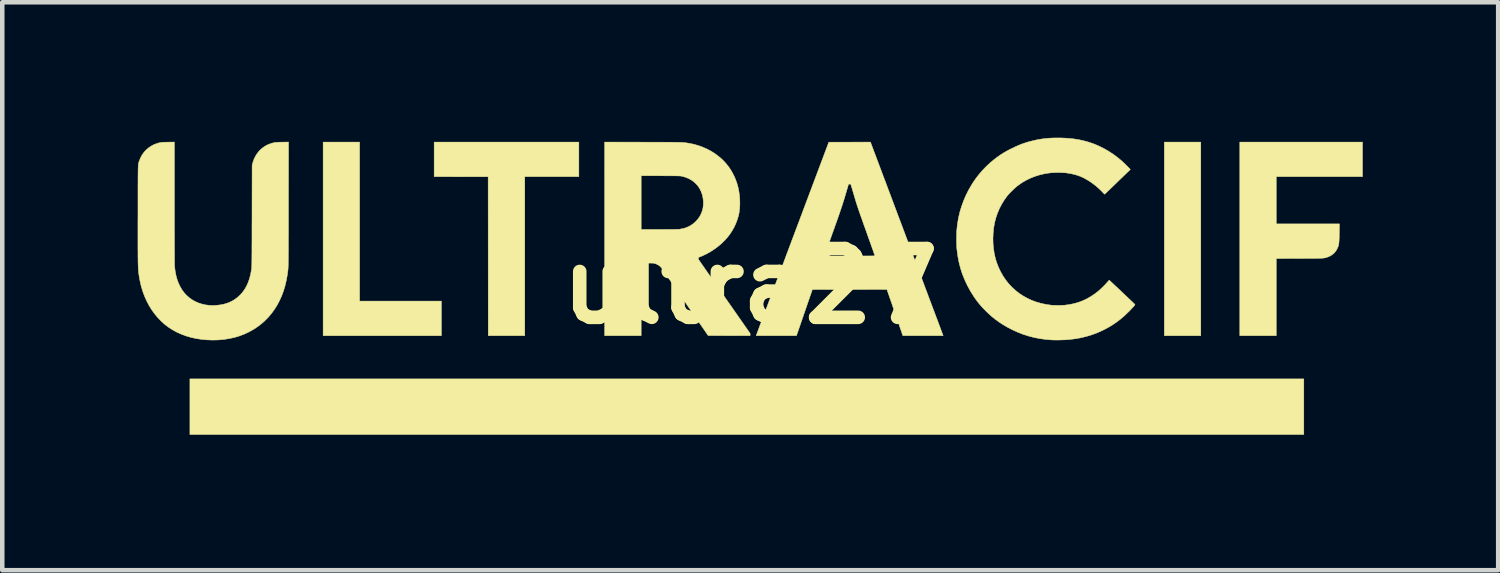
<source format=kicad_pcb>
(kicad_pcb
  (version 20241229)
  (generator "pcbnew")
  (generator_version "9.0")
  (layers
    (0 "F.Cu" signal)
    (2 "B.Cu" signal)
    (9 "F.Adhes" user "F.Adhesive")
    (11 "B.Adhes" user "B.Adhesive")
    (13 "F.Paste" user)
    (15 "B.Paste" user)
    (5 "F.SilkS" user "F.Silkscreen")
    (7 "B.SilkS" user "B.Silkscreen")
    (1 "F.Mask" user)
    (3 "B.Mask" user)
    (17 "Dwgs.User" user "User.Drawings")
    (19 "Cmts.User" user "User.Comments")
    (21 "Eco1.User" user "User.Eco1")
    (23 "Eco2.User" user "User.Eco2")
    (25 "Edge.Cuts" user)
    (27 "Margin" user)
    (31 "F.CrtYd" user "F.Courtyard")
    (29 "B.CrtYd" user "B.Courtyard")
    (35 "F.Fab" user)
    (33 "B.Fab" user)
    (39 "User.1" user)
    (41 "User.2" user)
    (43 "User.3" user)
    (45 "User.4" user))
  (footprint "ultra27"
    (layer "F.Cu")
    (at 13.564 3.289)
    (property "Reference" "ultra27" (at 0 0 0) (layer "F.SilkS") (effects (font (size 1.524 1.524) (thickness 0.3))))
    (attr through_hole)
    (fp_poly (pts (xy 9.982 1.096) (xy 9.174 1.096) (xy 9.174 -3.192) (xy 9.982 -3.192) (xy 9.982 1.096)) (stroke (width 0.01) (type solid)) (fill yes) (layer "F.SilkS"))
    (fp_poly (pts (xy -8.649 0.33) (xy -6.837 0.33) (xy -6.837 1.096) (xy -9.457 1.096) (xy -9.457 -3.192) (xy -8.649 -3.192) (xy -8.649 0.33)) (stroke (width 0.01) (type solid)) (fill yes) (layer "F.SilkS"))
    (fp_poly (pts (xy -3.793 -2.426) (xy -4.991 -2.426) (xy -4.991 1.096) (xy -5.8 1.096) (xy -5.801 -0.664) (xy -5.802 -2.424) (xy -6.4 -2.425) (xy -6.998 -2.426) (xy -6.998 -3.192) (xy -3.793 -3.192) (xy -3.793 -2.426)) (stroke (width 0.01) (type solid)) (fill yes) (layer "F.SilkS"))
    (fp_poly (pts (xy 2.406 2.053) (xy 5.382 2.053) (xy 5.66 2.053) (xy 7.217 2.053) (xy 7.457 2.053) (xy 8.554 2.053) (xy 8.751 2.053) (xy 9.179 2.053) (xy 12.264 2.053) (xy 12.264 3.285) (xy -12.408 3.285) (xy -12.408 2.053) (xy -9.323 2.053) (xy -8.763 2.053) (xy -8.561 2.053) (xy -7.679 2.053) (xy -7.441 2.053) (xy -5.895 2.053) (xy -5.619 2.053) (xy -2.655 2.053) (xy -2.343 2.053) (xy 2.094 2.053) (xy 2.406 2.053)) (stroke (width 0.01) (type solid)) (fill yes) (layer "F.SilkS"))
    (fp_poly (pts (xy 13.564 -2.426) (xy 11.654 -2.426) (xy 11.654 -1.38) (xy 13.053 -1.38) (xy 13.05 -1.18) (xy 13.049 -1.125) (xy 13.048 -1.077) (xy 13.046 -1.037) (xy 13.045 -1.002) (xy 13.042 -0.972) (xy 13.04 -0.946) (xy 13.036 -0.923) (xy 13.032 -0.903) (xy 13.026 -0.885) (xy 13.019 -0.867) (xy 13.012 -0.849) (xy 13.002 -0.83) (xy 12.998 -0.821) (xy 12.97 -0.774) (xy 12.936 -0.734) (xy 12.896 -0.7) (xy 12.85 -0.671) (xy 12.798 -0.648) (xy 12.789 -0.645) (xy 12.777 -0.641) (xy 12.766 -0.637) (xy 12.756 -0.634) (xy 12.747 -0.631) (xy 12.736 -0.628) (xy 12.725 -0.626) (xy 12.713 -0.624) (xy 12.699 -0.623) (xy 12.682 -0.621) (xy 12.663 -0.62) (xy 12.64 -0.619) (xy 12.614 -0.618) (xy 12.583 -0.617) (xy 12.548 -0.617) (xy 12.507 -0.616) (xy 12.461 -0.616) (xy 12.408 -0.616) (xy 12.348 -0.616) (xy 12.282 -0.615) (xy 12.207 -0.615) (xy 12.166 -0.615) (xy 11.654 -0.613) (xy 11.654 1.096) (xy 10.846 1.096) (xy 10.846 -3.192) (xy 13.564 -3.192) (xy 13.564 -2.426)) (stroke (width 0.01) (type solid)) (fill yes) (layer "F.SilkS"))
    (fp_poly (pts (xy -2.378 -3.191) (xy -2.277 -3.19) (xy -2.183 -3.19) (xy -2.098 -3.19) (xy -2.019 -3.19) (xy -1.948 -3.19) (xy -1.883 -3.189) (xy -1.824 -3.189) (xy -1.771 -3.189) (xy -1.724 -3.189) (xy -1.681 -3.188) (xy -1.643 -3.188) (xy -1.609 -3.187) (xy -1.579 -3.186) (xy -1.552 -3.186) (xy -1.529 -3.185) (xy -1.508 -3.184) (xy -1.489 -3.183) (xy -1.472 -3.182) (xy -1.457 -3.18) (xy -1.442 -3.179) (xy -1.429 -3.177) (xy -1.416 -3.175) (xy -1.402 -3.173) (xy -1.388 -3.171) (xy -1.374 -3.169) (xy -1.361 -3.167) (xy -1.256 -3.146) (xy -1.153 -3.117) (xy -1.054 -3.082) (xy -0.959 -3.04) (xy -0.867 -2.992) (xy -0.781 -2.938) (xy -0.699 -2.877) (xy -0.623 -2.812) (xy -0.553 -2.74) (xy -0.49 -2.664) (xy -0.486 -2.659) (xy -0.441 -2.595) (xy -0.398 -2.523) (xy -0.359 -2.448) (xy -0.324 -2.37) (xy -0.323 -2.366) (xy -0.292 -2.281) (xy -0.267 -2.191) (xy -0.248 -2.098) (xy -0.235 -2.004) (xy -0.228 -1.908) (xy -0.227 -1.814) (xy -0.232 -1.721) (xy -0.243 -1.632) (xy -0.256 -1.568) (xy -0.28 -1.485) (xy -0.311 -1.401) (xy -0.348 -1.318) (xy -0.392 -1.238) (xy -0.442 -1.161) (xy -0.49 -1.097) (xy -0.557 -1.021) (xy -0.63 -0.949) (xy -0.71 -0.881) (xy -0.794 -0.819) (xy -0.882 -0.762) (xy -0.974 -0.711) (xy -1.067 -0.668) (xy -1.091 -0.658) (xy -1.142 -0.638) (xy -1.147 -0.598) (xy -0.574 0.224) (xy 0 1.046) (xy 0 1.096) (xy -0.465 1.095) (xy -0.929 1.094) (xy -1.443 0.347) (xy -1.493 0.275) (xy -1.541 0.205) (xy -1.588 0.136) (xy -1.633 0.071) (xy -1.677 0.008) (xy -1.718 -0.052) (xy -1.757 -0.109) (xy -1.794 -0.161) (xy -1.827 -0.21) (xy -1.858 -0.255) (xy -1.885 -0.294) (xy -1.909 -0.329) (xy -1.93 -0.358) (xy -1.946 -0.382) (xy -1.959 -0.399) (xy -1.967 -0.411) (xy -1.97 -0.415) (xy -1.997 -0.442) (xy -2.029 -0.466) (xy -2.066 -0.486) (xy -2.103 -0.501) (xy -2.122 -0.506) (xy -2.133 -0.508) (xy -2.146 -0.51) (xy -2.161 -0.511) (xy -2.18 -0.511) (xy -2.204 -0.512) (xy -2.234 -0.512) (xy -2.268 -0.511) (xy -2.383 -0.51) (xy -2.394 -0.5) (xy -2.402 -0.488) (xy -2.409 -0.475) (xy -2.409 -0.474) (xy -2.409 -0.468) (xy -2.41 -0.453) (xy -2.41 -0.431) (xy -2.411 -0.4) (xy -2.411 -0.36) (xy -2.412 -0.314) (xy -2.412 -0.259) (xy -2.412 -0.196) (xy -2.412 -0.127) (xy -2.413 -0.049) (xy -2.413 0.035) (xy -2.413 0.127) (xy -2.413 0.226) (xy -2.413 0.319) (xy -2.413 1.096) (xy -3.222 1.096) (xy -3.222 -1.257) (xy -2.413 -1.257) (xy -2.006 -1.257) (xy -1.935 -1.257) (xy -1.872 -1.257) (xy -1.817 -1.258) (xy -1.768 -1.258) (xy -1.726 -1.258) (xy -1.69 -1.258) (xy -1.659 -1.259) (xy -1.633 -1.259) (xy -1.611 -1.26) (xy -1.593 -1.261) (xy -1.579 -1.261) (xy -1.567 -1.262) (xy -1.558 -1.263) (xy -1.555 -1.264) (xy -1.483 -1.277) (xy -1.416 -1.297) (xy -1.354 -1.324) (xy -1.296 -1.358) (xy -1.242 -1.398) (xy -1.2 -1.437) (xy -1.154 -1.489) (xy -1.115 -1.545) (xy -1.084 -1.605) (xy -1.06 -1.668) (xy -1.044 -1.734) (xy -1.036 -1.803) (xy -1.035 -1.874) (xy -1.043 -1.947) (xy -1.044 -1.956) (xy -1.06 -2.027) (xy -1.083 -2.093) (xy -1.113 -2.154) (xy -1.149 -2.211) (xy -1.192 -2.262) (xy -1.241 -2.308) (xy -1.295 -2.348) (xy -1.356 -2.382) (xy -1.422 -2.41) (xy -1.492 -2.431) (xy -1.511 -2.435) (xy -1.518 -2.437) (xy -1.524 -2.438) (xy -1.532 -2.439) (xy -1.54 -2.44) (xy -1.55 -2.441) (xy -1.562 -2.442) (xy -1.577 -2.442) (xy -1.594 -2.443) (xy -1.616 -2.443) (xy -1.642 -2.444) (xy -1.672 -2.444) (xy -1.708 -2.444) (xy -1.75 -2.445) (xy -1.798 -2.445) (xy -1.852 -2.445) (xy -1.915 -2.445) (xy -1.982 -2.446) (xy -2.413 -2.447) (xy -2.413 -1.257) (xy -3.222 -1.257) (xy -3.222 -3.192) (xy -2.378 -3.191)) (stroke (width 0.01) (type solid)) (fill yes) (layer "F.SilkS"))
    (fp_poly (pts (xy 2.67 -3.18) (xy 2.672 -3.176) (xy 2.677 -3.163) (xy 2.684 -3.144) (xy 2.694 -3.117) (xy 2.707 -3.082) (xy 2.722 -3.042) (xy 2.74 -2.994) (xy 2.76 -2.941) (xy 2.783 -2.881) (xy 2.807 -2.815) (xy 2.834 -2.744) (xy 2.863 -2.667) (xy 2.894 -2.586) (xy 2.926 -2.499) (xy 2.96 -2.408) (xy 2.997 -2.312) (xy 3.034 -2.212) (xy 3.073 -2.108) (xy 3.114 -2) (xy 3.156 -1.888) (xy 3.199 -1.773) (xy 3.243 -1.656) (xy 3.288 -1.535) (xy 3.335 -1.412) (xy 3.382 -1.286) (xy 3.43 -1.158) (xy 3.475 -1.038) (xy 3.524 -0.908) (xy 3.572 -0.781) (xy 3.619 -0.655) (xy 3.665 -0.532) (xy 3.71 -0.412) (xy 3.754 -0.295) (xy 3.797 -0.181) (xy 3.839 -0.07) (xy 3.879 0.038) (xy 3.918 0.141) (xy 3.955 0.241) (xy 3.991 0.336) (xy 4.025 0.426) (xy 4.057 0.512) (xy 4.088 0.593) (xy 4.116 0.669) (xy 4.143 0.739) (xy 4.167 0.804) (xy 4.189 0.863) (xy 4.209 0.916) (xy 4.226 0.962) (xy 4.241 1.002) (xy 4.253 1.035) (xy 4.263 1.061) (xy 4.27 1.08) (xy 4.274 1.091) (xy 4.276 1.095) (xy 4.272 1.095) (xy 4.259 1.095) (xy 4.24 1.095) (xy 4.214 1.095) (xy 4.181 1.096) (xy 4.143 1.096) (xy 4.1 1.096) (xy 4.052 1.096) (xy 4 1.096) (xy 3.944 1.096) (xy 3.886 1.096) (xy 3.829 1.096) (xy 3.768 1.096) (xy 3.71 1.096) (xy 3.655 1.096) (xy 3.603 1.096) (xy 3.555 1.096) (xy 3.512 1.096) (xy 3.474 1.096) (xy 3.442 1.096) (xy 3.417 1.095) (xy 3.398 1.095) (xy 3.386 1.095) (xy 3.382 1.095) (xy 3.381 1.091) (xy 3.377 1.079) (xy 3.371 1.061) (xy 3.362 1.036) (xy 3.352 1.005) (xy 3.339 0.969) (xy 3.325 0.928) (xy 3.31 0.883) (xy 3.293 0.835) (xy 3.275 0.783) (xy 3.257 0.728) (xy 3.237 0.672) (xy 3.217 0.614) (xy 3.197 0.555) (xy 3.176 0.495) (xy 3.156 0.436) (xy 3.136 0.377) (xy 3.116 0.32) (xy 3.096 0.264) (xy 3.078 0.21) (xy 3.06 0.16) (xy 3.046 0.117) (xy 3.03 0.072) (xy 2.205 0.073) (xy 1.379 0.074) (xy 1.203 0.585) (xy 1.027 1.096) (xy 0.581 1.096) (xy 0.135 1.096) (xy 0.137 1.087) (xy 0.139 1.082) (xy 0.143 1.07) (xy 0.151 1.051) (xy 0.161 1.024) (xy 0.173 0.99) (xy 0.189 0.949) (xy 0.206 0.902) (xy 0.226 0.848) (xy 0.249 0.789) (xy 0.273 0.723) (xy 0.3 0.652) (xy 0.329 0.576) (xy 0.359 0.494) (xy 0.392 0.407) (xy 0.426 0.316) (xy 0.462 0.22) (xy 0.5 0.12) (xy 0.539 0.016) (xy 0.579 -0.092) (xy 0.621 -0.203) (xy 0.664 -0.318) (xy 0.708 -0.436) (xy 0.754 -0.556) (xy 0.796 -0.669) (xy 1.643 -0.669) (xy 2.204 -0.669) (xy 2.285 -0.669) (xy 2.361 -0.669) (xy 2.432 -0.669) (xy 2.496 -0.669) (xy 2.554 -0.67) (xy 2.606 -0.67) (xy 2.651 -0.67) (xy 2.688 -0.671) (xy 2.719 -0.671) (xy 2.742 -0.672) (xy 2.757 -0.672) (xy 2.764 -0.673) (xy 2.764 -0.673) (xy 2.763 -0.677) (xy 2.759 -0.689) (xy 2.752 -0.708) (xy 2.743 -0.734) (xy 2.732 -0.765) (xy 2.719 -0.803) (xy 2.704 -0.845) (xy 2.687 -0.892) (xy 2.669 -0.944) (xy 2.649 -0.999) (xy 2.628 -1.057) (xy 2.606 -1.119) (xy 2.584 -1.183) (xy 2.573 -1.214) (xy 2.545 -1.291) (xy 2.52 -1.36) (xy 2.498 -1.423) (xy 2.478 -1.48) (xy 2.46 -1.531) (xy 2.443 -1.577) (xy 2.429 -1.619) (xy 2.416 -1.657) (xy 2.404 -1.692) (xy 2.393 -1.724) (xy 2.383 -1.754) (xy 2.373 -1.783) (xy 2.364 -1.811) (xy 2.355 -1.839) (xy 2.346 -1.867) (xy 2.338 -1.896) (xy 2.328 -1.927) (xy 2.318 -1.961) (xy 2.307 -1.997) (xy 2.305 -2.006) (xy 2.229 -2.261) (xy 2.181 -2.261) (xy 2.104 -2.001) (xy 2.095 -1.971) (xy 2.086 -1.941) (xy 2.077 -1.912) (xy 2.068 -1.884) (xy 2.059 -1.856) (xy 2.05 -1.827) (xy 2.041 -1.798) (xy 2.031 -1.768) (xy 2.021 -1.736) (xy 2.009 -1.703) (xy 1.997 -1.667) (xy 1.984 -1.629) (xy 1.97 -1.587) (xy 1.954 -1.543) (xy 1.938 -1.494) (xy 1.919 -1.442) (xy 1.899 -1.385) (xy 1.877 -1.323) (xy 1.853 -1.256) (xy 1.827 -1.184) (xy 1.799 -1.105) (xy 1.769 -1.02) (xy 1.736 -0.928) (xy 1.7 -0.83) (xy 1.662 -0.723) (xy 1.653 -0.697) (xy 1.643 -0.669) (xy 0.796 -0.669) (xy 0.8 -0.68) (xy 0.847 -0.805) (xy 0.895 -0.933) (xy 0.941 -1.056) (xy 1.743 -3.19) (xy 2.666 -3.192) (xy 2.67 -3.18)) (stroke (width 0.01) (type solid)) (fill yes) (layer "F.SilkS"))
    (fp_poly (pts (xy -10.225 -1.826) (xy -10.225 -1.697) (xy -10.225 -1.576) (xy -10.225 -1.462) (xy -10.225 -1.357) (xy -10.225 -1.258) (xy -10.225 -1.167) (xy -10.226 -1.082) (xy -10.226 -1.004) (xy -10.226 -0.932) (xy -10.226 -0.865) (xy -10.226 -0.804) (xy -10.227 -0.749) (xy -10.227 -0.698) (xy -10.227 -0.652) (xy -10.228 -0.61) (xy -10.228 -0.572) (xy -10.229 -0.538) (xy -10.229 -0.508) (xy -10.23 -0.48) (xy -10.23 -0.456) (xy -10.231 -0.434) (xy -10.232 -0.414) (xy -10.233 -0.397) (xy -10.234 -0.381) (xy -10.235 -0.366) (xy -10.236 -0.353) (xy -10.238 -0.34) (xy -10.239 -0.328) (xy -10.241 -0.316) (xy -10.243 -0.304) (xy -10.244 -0.291) (xy -10.246 -0.278) (xy -10.248 -0.264) (xy -10.249 -0.258) (xy -10.271 -0.135) (xy -10.299 -0.015) (xy -10.333 0.1) (xy -10.374 0.211) (xy -10.422 0.317) (xy -10.475 0.418) (xy -10.535 0.513) (xy -10.6 0.603) (xy -10.671 0.687) (xy -10.748 0.765) (xy -10.813 0.823) (xy -10.904 0.894) (xy -11 0.957) (xy -11.099 1.012) (xy -11.202 1.061) (xy -11.309 1.101) (xy -11.42 1.135) (xy -11.535 1.16) (xy -11.654 1.179) (xy -11.777 1.19) (xy -11.903 1.193) (xy -12.027 1.189) (xy -12.148 1.178) (xy -12.266 1.16) (xy -12.381 1.135) (xy -12.491 1.103) (xy -12.598 1.063) (xy -12.701 1.017) (xy -12.797 0.964) (xy -12.886 0.906) (xy -12.97 0.842) (xy -13.049 0.77) (xy -13.123 0.693) (xy -13.192 0.609) (xy -13.256 0.52) (xy -13.314 0.426) (xy -13.366 0.326) (xy -13.413 0.221) (xy -13.453 0.112) (xy -13.487 -0.001) (xy -13.514 -0.118) (xy -13.527 -0.19) (xy -13.53 -0.21) (xy -13.533 -0.229) (xy -13.536 -0.247) (xy -13.539 -0.264) (xy -13.541 -0.282) (xy -13.543 -0.299) (xy -13.545 -0.317) (xy -13.547 -0.336) (xy -13.549 -0.357) (xy -13.551 -0.379) (xy -13.552 -0.403) (xy -13.553 -0.429) (xy -13.554 -0.458) (xy -13.555 -0.489) (xy -13.556 -0.524) (xy -13.557 -0.563) (xy -13.557 -0.606) (xy -13.558 -0.652) (xy -13.558 -0.704) (xy -13.558 -0.76) (xy -13.559 -0.822) (xy -13.559 -0.889) (xy -13.559 -0.963) (xy -13.559 -1.042) (xy -13.559 -1.128) (xy -13.559 -1.222) (xy -13.559 -1.322) (xy -13.559 -1.43) (xy -13.558 -1.546) (xy -13.558 -1.6) (xy -13.558 -1.714) (xy -13.558 -1.819) (xy -13.558 -1.917) (xy -13.558 -2.007) (xy -13.558 -2.09) (xy -13.558 -2.166) (xy -13.558 -2.236) (xy -13.557 -2.299) (xy -13.557 -2.357) (xy -13.557 -2.409) (xy -13.557 -2.455) (xy -13.556 -2.497) (xy -13.556 -2.534) (xy -13.555 -2.567) (xy -13.555 -2.596) (xy -13.554 -2.621) (xy -13.553 -2.643) (xy -13.552 -2.663) (xy -13.551 -2.679) (xy -13.55 -2.693) (xy -13.549 -2.705) (xy -13.547 -2.715) (xy -13.546 -2.724) (xy -13.544 -2.732) (xy -13.542 -2.739) (xy -13.54 -2.746) (xy -13.537 -2.753) (xy -13.535 -2.76) (xy -13.532 -2.767) (xy -13.529 -2.776) (xy -13.527 -2.781) (xy -13.501 -2.845) (xy -13.468 -2.906) (xy -13.429 -2.962) (xy -13.383 -3.013) (xy -13.331 -3.059) (xy -13.274 -3.099) (xy -13.212 -3.133) (xy -13.146 -3.159) (xy -13.143 -3.16) (xy -13.12 -3.167) (xy -13.098 -3.173) (xy -13.077 -3.178) (xy -13.055 -3.182) (xy -13.03 -3.185) (xy -13.002 -3.187) (xy -12.97 -3.189) (xy -12.931 -3.19) (xy -12.885 -3.191) (xy -12.885 -3.191) (xy -12.751 -3.193) (xy -12.751 -1.839) (xy -12.751 -1.689) (xy -12.751 -1.548) (xy -12.751 -1.415) (xy -12.751 -1.291) (xy -12.75 -1.175) (xy -12.75 -1.067) (xy -12.75 -0.968) (xy -12.75 -0.877) (xy -12.75 -0.794) (xy -12.749 -0.72) (xy -12.749 -0.655) (xy -12.749 -0.598) (xy -12.748 -0.549) (xy -12.748 -0.509) (xy -12.748 -0.477) (xy -12.747 -0.454) (xy -12.747 -0.439) (xy -12.746 -0.434) (xy -12.734 -0.334) (xy -12.716 -0.24) (xy -12.692 -0.151) (xy -12.661 -0.068) (xy -12.624 0.009) (xy -12.582 0.081) (xy -12.533 0.147) (xy -12.53 0.15) (xy -12.477 0.207) (xy -12.418 0.258) (xy -12.355 0.303) (xy -12.286 0.341) (xy -12.214 0.372) (xy -12.138 0.396) (xy -12.058 0.414) (xy -11.975 0.424) (xy -11.89 0.427) (xy -11.819 0.423) (xy -11.739 0.414) (xy -11.665 0.4) (xy -11.596 0.381) (xy -11.531 0.356) (xy -11.469 0.326) (xy -11.411 0.29) (xy -11.348 0.243) (xy -11.291 0.191) (xy -11.24 0.132) (xy -11.194 0.068) (xy -11.154 -0.002) (xy -11.119 -0.079) (xy -11.09 -0.162) (xy -11.066 -0.251) (xy -11.048 -0.346) (xy -11.042 -0.389) (xy -11.041 -0.396) (xy -11.04 -0.403) (xy -11.04 -0.411) (xy -11.039 -0.42) (xy -11.039 -0.431) (xy -11.038 -0.443) (xy -11.038 -0.458) (xy -11.037 -0.475) (xy -11.037 -0.495) (xy -11.036 -0.519) (xy -11.036 -0.545) (xy -11.036 -0.576) (xy -11.035 -0.611) (xy -11.035 -0.65) (xy -11.035 -0.693) (xy -11.034 -0.742) (xy -11.034 -0.796) (xy -11.034 -0.856) (xy -11.034 -0.922) (xy -11.033 -0.994) (xy -11.033 -1.072) (xy -11.033 -1.158) (xy -11.033 -1.251) (xy -11.033 -1.351) (xy -11.032 -1.46) (xy -11.032 -1.562) (xy -11.03 -2.678) (xy -11.019 -2.722) (xy -10.997 -2.792) (xy -10.968 -2.857) (xy -10.933 -2.918) (xy -10.892 -2.974) (xy -10.845 -3.024) (xy -10.792 -3.069) (xy -10.735 -3.107) (xy -10.673 -3.139) (xy -10.607 -3.163) (xy -10.537 -3.181) (xy -10.533 -3.181) (xy -10.517 -3.184) (xy -10.498 -3.186) (xy -10.475 -3.187) (xy -10.447 -3.189) (xy -10.413 -3.19) (xy -10.372 -3.191) (xy -10.358 -3.191) (xy -10.223 -3.193) (xy -10.225 -1.826)) (stroke (width 0.01) (type solid)) (fill yes) (layer "F.SilkS"))
    (fp_poly (pts (xy 6.869 -3.284) (xy 6.974 -3.28) (xy 7.074 -3.273) (xy 7.168 -3.263) (xy 7.259 -3.249) (xy 7.348 -3.231) (xy 7.436 -3.209) (xy 7.518 -3.185) (xy 7.627 -3.147) (xy 7.735 -3.1) (xy 7.842 -3.046) (xy 7.947 -2.985) (xy 8.049 -2.918) (xy 8.147 -2.845) (xy 8.241 -2.766) (xy 8.329 -2.682) (xy 8.374 -2.636) (xy 8.422 -2.585) (xy 8.38 -2.545) (xy 8.37 -2.535) (xy 8.354 -2.521) (xy 8.334 -2.501) (xy 8.31 -2.477) (xy 8.281 -2.45) (xy 8.25 -2.419) (xy 8.215 -2.386) (xy 8.179 -2.351) (xy 8.141 -2.314) (xy 8.102 -2.276) (xy 8.097 -2.271) (xy 8.059 -2.235) (xy 8.023 -2.2) (xy 7.989 -2.167) (xy 7.958 -2.137) (xy 7.93 -2.111) (xy 7.906 -2.087) (xy 7.886 -2.068) (xy 7.87 -2.053) (xy 7.859 -2.042) (xy 7.854 -2.038) (xy 7.853 -2.037) (xy 7.849 -2.04) (xy 7.841 -2.047) (xy 7.829 -2.059) (xy 7.814 -2.074) (xy 7.807 -2.083) (xy 7.734 -2.155) (xy 7.655 -2.224) (xy 7.572 -2.287) (xy 7.527 -2.318) (xy 7.457 -2.361) (xy 7.39 -2.398) (xy 7.322 -2.429) (xy 7.252 -2.455) (xy 7.18 -2.476) (xy 7.103 -2.493) (xy 7.019 -2.507) (xy 7.006 -2.509) (xy 6.977 -2.512) (xy 6.94 -2.514) (xy 6.899 -2.516) (xy 6.855 -2.517) (xy 6.809 -2.517) (xy 6.764 -2.517) (xy 6.721 -2.515) (xy 6.682 -2.513) (xy 6.648 -2.51) (xy 6.636 -2.509) (xy 6.522 -2.491) (xy 6.412 -2.465) (xy 6.307 -2.432) (xy 6.206 -2.392) (xy 6.108 -2.344) (xy 6.015 -2.289) (xy 5.926 -2.226) (xy 5.926 -2.226) (xy 5.903 -2.208) (xy 5.876 -2.184) (xy 5.846 -2.157) (xy 5.816 -2.128) (xy 5.785 -2.098) (xy 5.756 -2.069) (xy 5.73 -2.041) (xy 5.708 -2.016) (xy 5.696 -2.002) (xy 5.633 -1.915) (xy 5.576 -1.823) (xy 5.525 -1.727) (xy 5.482 -1.626) (xy 5.446 -1.523) (xy 5.418 -1.417) (xy 5.398 -1.308) (xy 5.393 -1.276) (xy 5.383 -1.167) (xy 5.379 -1.057) (xy 5.381 -0.948) (xy 5.391 -0.841) (xy 5.406 -0.736) (xy 5.428 -0.634) (xy 5.456 -0.538) (xy 5.461 -0.523) (xy 5.501 -0.42) (xy 5.548 -0.321) (xy 5.601 -0.228) (xy 5.66 -0.14) (xy 5.726 -0.057) (xy 5.797 0.02) (xy 5.875 0.091) (xy 5.957 0.156) (xy 6.045 0.214) (xy 6.138 0.266) (xy 6.235 0.311) (xy 6.239 0.313) (xy 6.342 0.351) (xy 6.448 0.381) (xy 6.558 0.404) (xy 6.67 0.42) (xy 6.695 0.422) (xy 6.727 0.423) (xy 6.764 0.424) (xy 6.804 0.425) (xy 6.844 0.425) (xy 6.883 0.424) (xy 6.92 0.423) (xy 6.951 0.421) (xy 6.972 0.42) (xy 7.078 0.405) (xy 7.179 0.384) (xy 7.276 0.356) (xy 7.369 0.321) (xy 7.46 0.278) (xy 7.548 0.227) (xy 7.635 0.169) (xy 7.699 0.12) (xy 7.723 0.1) (xy 7.751 0.075) (xy 7.782 0.046) (xy 7.813 0.016) (xy 7.844 -0.015) (xy 7.873 -0.045) (xy 7.898 -0.073) (xy 7.912 -0.089) (xy 7.927 -0.105) (xy 7.939 -0.119) (xy 7.948 -0.129) (xy 7.954 -0.134) (xy 7.955 -0.134) (xy 7.958 -0.131) (xy 7.967 -0.123) (xy 7.981 -0.11) (xy 8 -0.092) (xy 8.023 -0.071) (xy 8.049 -0.046) (xy 8.078 -0.019) (xy 8.11 0.011) (xy 8.144 0.043) (xy 8.179 0.076) (xy 8.215 0.11) (xy 8.251 0.145) (xy 8.287 0.179) (xy 8.322 0.212) (xy 8.357 0.245) (xy 8.389 0.276) (xy 8.419 0.304) (xy 8.447 0.33) (xy 8.471 0.353) (xy 8.491 0.373) (xy 8.507 0.388) (xy 8.518 0.398) (xy 8.523 0.404) (xy 8.524 0.404) (xy 8.523 0.411) (xy 8.516 0.422) (xy 8.503 0.439) (xy 8.484 0.461) (xy 8.459 0.488) (xy 8.428 0.521) (xy 8.392 0.558) (xy 8.382 0.567) (xy 8.294 0.652) (xy 8.204 0.729) (xy 8.112 0.799) (xy 8.017 0.863) (xy 7.917 0.922) (xy 7.811 0.977) (xy 7.808 0.978) (xy 7.693 1.03) (xy 7.575 1.074) (xy 7.454 1.111) (xy 7.329 1.142) (xy 7.199 1.165) (xy 7.066 1.181) (xy 7.044 1.183) (xy 7.01 1.186) (xy 6.97 1.188) (xy 6.925 1.189) (xy 6.879 1.191) (xy 6.831 1.192) (xy 6.785 1.192) (xy 6.742 1.192) (xy 6.705 1.191) (xy 6.676 1.19) (xy 6.541 1.178) (xy 6.411 1.16) (xy 6.285 1.135) (xy 6.162 1.103) (xy 6.041 1.064) (xy 5.922 1.017) (xy 5.804 0.963) (xy 5.804 0.963) (xy 5.701 0.91) (xy 5.606 0.854) (xy 5.516 0.796) (xy 5.431 0.734) (xy 5.348 0.667) (xy 5.267 0.594) (xy 5.231 0.559) (xy 5.17 0.497) (xy 5.115 0.437) (xy 5.064 0.377) (xy 5.016 0.315) (xy 4.969 0.249) (xy 4.951 0.222) (xy 4.877 0.104) (xy 4.811 -0.018) (xy 4.753 -0.142) (xy 4.702 -0.268) (xy 4.66 -0.398) (xy 4.626 -0.53) (xy 4.6 -0.666) (xy 4.582 -0.803) (xy 4.576 -0.863) (xy 4.575 -0.889) (xy 4.574 -0.922) (xy 4.573 -0.959) (xy 4.572 -1) (xy 4.572 -1.043) (xy 4.572 -1.086) (xy 4.573 -1.127) (xy 4.574 -1.165) (xy 4.575 -1.199) (xy 4.576 -1.225) (xy 4.576 -1.228) (xy 4.591 -1.366) (xy 4.613 -1.502) (xy 4.643 -1.634) (xy 4.682 -1.764) (xy 4.728 -1.891) (xy 4.782 -2.016) (xy 4.844 -2.139) (xy 4.915 -2.26) (xy 4.929 -2.283) (xy 4.994 -2.378) (xy 5.066 -2.472) (xy 5.144 -2.563) (xy 5.227 -2.649) (xy 5.314 -2.731) (xy 5.404 -2.806) (xy 5.438 -2.832) (xy 5.499 -2.877) (xy 5.557 -2.917) (xy 5.616 -2.954) (xy 5.676 -2.989) (xy 5.741 -3.024) (xy 5.798 -3.052) (xy 5.877 -3.09) (xy 5.952 -3.123) (xy 6.026 -3.152) (xy 6.099 -3.177) (xy 6.174 -3.2) (xy 6.242 -3.217) (xy 6.336 -3.239) (xy 6.428 -3.256) (xy 6.52 -3.269) (xy 6.613 -3.278) (xy 6.71 -3.283) (xy 6.812 -3.284) (xy 6.869 -3.284)) (stroke (width 0.01) (type solid)) (fill yes) (layer "F.SilkS")))
  (gr_rect
    (start -3 -3)
    (end 30.133 9.579)
    (stroke (width 0.1) (type default))
    (fill no)
    (layer "Edge.Cuts")))
</source>
